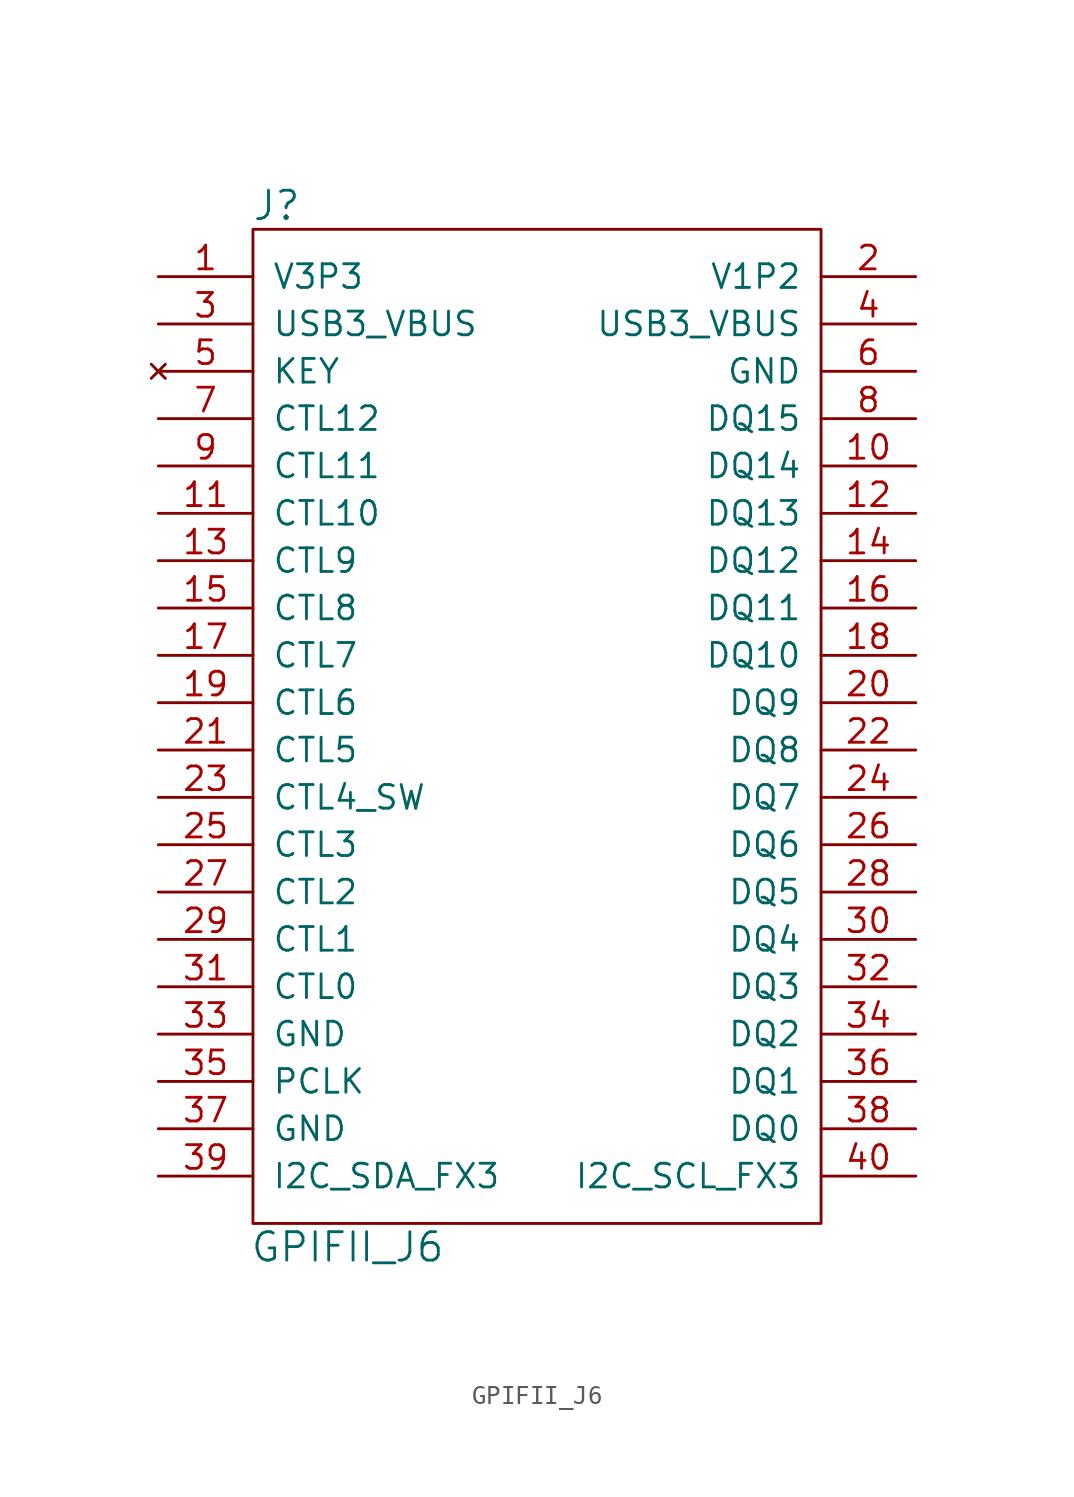
<source format=kicad_sym>
(kicad_symbol_lib
  (version 20220914)
  (generator kicad_symbol_editor)
  (symbol "GPIFII_J6"
    (pin_names
      (offset 1.016))
    (property "Reference" "J"
      (at -13.97 26.67 0)
      (effects (font (size 1.524 1.524))))
    (property "Value" "GPIFII_J6"
      (at -10.16 -29.21 0)
      (effects (font (size 1.524 1.524))))
    (symbol "GPIFII_J6_0_1"
      (rectangle (start -15.24 25.4) (end 15.24 -27.94) (stroke (width 0) (type solid)) (fill (type none))))
    (symbol "GPIFII_J6_1_1"
      (pin power_in line (at -20.32 22.86 0) (length 5.08) (name "V3P3" (effects (font (size 1.27 1.27)))) (number "1" (effects (font (size 1.27 1.27)))))
      (pin bidirectional line (at 20.32 12.7 180) (length 5.08) (name "DQ14" (effects (font (size 1.27 1.27)))) (number "10" (effects (font (size 1.27 1.27)))))
      (pin bidirectional line (at -20.32 10.16 0) (length 5.08) (name "CTL10" (effects (font (size 1.27 1.27)))) (number "11" (effects (font (size 1.27 1.27)))))
      (pin bidirectional line (at 20.32 10.16 180) (length 5.08) (name "DQ13" (effects (font (size 1.27 1.27)))) (number "12" (effects (font (size 1.27 1.27)))))
      (pin bidirectional line (at -20.32 7.62 0) (length 5.08) (name "CTL9" (effects (font (size 1.27 1.27)))) (number "13" (effects (font (size 1.27 1.27)))))
      (pin bidirectional line (at 20.32 7.62 180) (length 5.08) (name "DQ12" (effects (font (size 1.27 1.27)))) (number "14" (effects (font (size 1.27 1.27)))))
      (pin bidirectional line (at -20.32 5.08 0) (length 5.08) (name "CTL8" (effects (font (size 1.27 1.27)))) (number "15" (effects (font (size 1.27 1.27)))))
      (pin bidirectional line (at 20.32 5.08 180) (length 5.08) (name "DQ11" (effects (font (size 1.27 1.27)))) (number "16" (effects (font (size 1.27 1.27)))))
      (pin bidirectional line (at -20.32 2.54 0) (length 5.08) (name "CTL7" (effects (font (size 1.27 1.27)))) (number "17" (effects (font (size 1.27 1.27)))))
      (pin bidirectional line (at 20.32 2.54 180) (length 5.08) (name "DQ10" (effects (font (size 1.27 1.27)))) (number "18" (effects (font (size 1.27 1.27)))))
      (pin bidirectional line (at -20.32 0 0) (length 5.08) (name "CTL6" (effects (font (size 1.27 1.27)))) (number "19" (effects (font (size 1.27 1.27)))))
      (pin power_out line (at 20.32 22.86 180) (length 5.08) (name "V1P2" (effects (font (size 1.27 1.27)))) (number "2" (effects (font (size 1.27 1.27)))))
      (pin bidirectional line (at 20.32 0 180) (length 5.08) (name "DQ9" (effects (font (size 1.27 1.27)))) (number "20" (effects (font (size 1.27 1.27)))))
      (pin bidirectional line (at -20.32 -2.54 0) (length 5.08) (name "CTL5" (effects (font (size 1.27 1.27)))) (number "21" (effects (font (size 1.27 1.27)))))
      (pin bidirectional line (at 20.32 -2.54 180) (length 5.08) (name "DQ8" (effects (font (size 1.27 1.27)))) (number "22" (effects (font (size 1.27 1.27)))))
      (pin bidirectional line (at -20.32 -5.08 0) (length 5.08) (name "CTL4_SW" (effects (font (size 1.27 1.27)))) (number "23" (effects (font (size 1.27 1.27)))))
      (pin bidirectional line (at 20.32 -5.08 180) (length 5.08) (name "DQ7" (effects (font (size 1.27 1.27)))) (number "24" (effects (font (size 1.27 1.27)))))
      (pin bidirectional line (at -20.32 -7.62 0) (length 5.08) (name "CTL3" (effects (font (size 1.27 1.27)))) (number "25" (effects (font (size 1.27 1.27)))))
      (pin bidirectional line (at 20.32 -7.62 180) (length 5.08) (name "DQ6" (effects (font (size 1.27 1.27)))) (number "26" (effects (font (size 1.27 1.27)))))
      (pin bidirectional line (at -20.32 -10.16 0) (length 5.08) (name "CTL2" (effects (font (size 1.27 1.27)))) (number "27" (effects (font (size 1.27 1.27)))))
      (pin bidirectional line (at 20.32 -10.16 180) (length 5.08) (name "DQ5" (effects (font (size 1.27 1.27)))) (number "28" (effects (font (size 1.27 1.27)))))
      (pin bidirectional line (at -20.32 -12.7 0) (length 5.08) (name "CTL1" (effects (font (size 1.27 1.27)))) (number "29" (effects (font (size 1.27 1.27)))))
      (pin power_in line (at -20.32 20.32 0) (length 5.08) (name "USB3_VBUS" (effects (font (size 1.27 1.27)))) (number "3" (effects (font (size 1.27 1.27)))))
      (pin bidirectional line (at 20.32 -12.7 180) (length 5.08) (name "DQ4" (effects (font (size 1.27 1.27)))) (number "30" (effects (font (size 1.27 1.27)))))
      (pin bidirectional line (at -20.32 -15.24 0) (length 5.08) (name "CTL0" (effects (font (size 1.27 1.27)))) (number "31" (effects (font (size 1.27 1.27)))))
      (pin bidirectional line (at 20.32 -15.24 180) (length 5.08) (name "DQ3" (effects (font (size 1.27 1.27)))) (number "32" (effects (font (size 1.27 1.27)))))
      (pin power_in line (at -20.32 -17.78 0) (length 5.08) (name "GND" (effects (font (size 1.27 1.27)))) (number "33" (effects (font (size 1.27 1.27)))))
      (pin bidirectional line (at 20.32 -17.78 180) (length 5.08) (name "DQ2" (effects (font (size 1.27 1.27)))) (number "34" (effects (font (size 1.27 1.27)))))
      (pin bidirectional line (at -20.32 -20.32 0) (length 5.08) (name "PCLK" (effects (font (size 1.27 1.27)))) (number "35" (effects (font (size 1.27 1.27)))))
      (pin bidirectional line (at 20.32 -20.32 180) (length 5.08) (name "DQ1" (effects (font (size 1.27 1.27)))) (number "36" (effects (font (size 1.27 1.27)))))
      (pin power_in line (at -20.32 -22.86 0) (length 5.08) (name "GND" (effects (font (size 1.27 1.27)))) (number "37" (effects (font (size 1.27 1.27)))))
      (pin bidirectional line (at 20.32 -22.86 180) (length 5.08) (name "DQ0" (effects (font (size 1.27 1.27)))) (number "38" (effects (font (size 1.27 1.27)))))
      (pin bidirectional line (at -20.32 -25.4 0) (length 5.08) (name "I2C_SDA_FX3" (effects (font (size 1.27 1.27)))) (number "39" (effects (font (size 1.27 1.27)))))
      (pin power_in line (at 20.32 20.32 180) (length 5.08) (name "USB3_VBUS" (effects (font (size 1.27 1.27)))) (number "4" (effects (font (size 1.27 1.27)))))
      (pin bidirectional line (at 20.32 -25.4 180) (length 5.08) (name "I2C_SCL_FX3" (effects (font (size 1.27 1.27)))) (number "40" (effects (font (size 1.27 1.27)))))
      (pin no_connect line (at -20.32 17.78 0) (length 5.08) (name "KEY" (effects (font (size 1.27 1.27)))) (number "5" (effects (font (size 1.27 1.27)))))
      (pin power_in line (at 20.32 17.78 180) (length 5.08) (name "GND" (effects (font (size 1.27 1.27)))) (number "6" (effects (font (size 1.27 1.27)))))
      (pin bidirectional line (at -20.32 15.24 0) (length 5.08) (name "CTL12" (effects (font (size 1.27 1.27)))) (number "7" (effects (font (size 1.27 1.27)))))
      (pin bidirectional line (at 20.32 15.24 180) (length 5.08) (name "DQ15" (effects (font (size 1.27 1.27)))) (number "8" (effects (font (size 1.27 1.27)))))
      (pin bidirectional line (at -20.32 12.7 0) (length 5.08) (name "CTL11" (effects (font (size 1.27 1.27)))) (number "9" (effects (font (size 1.27 1.27))))))))
</source>
